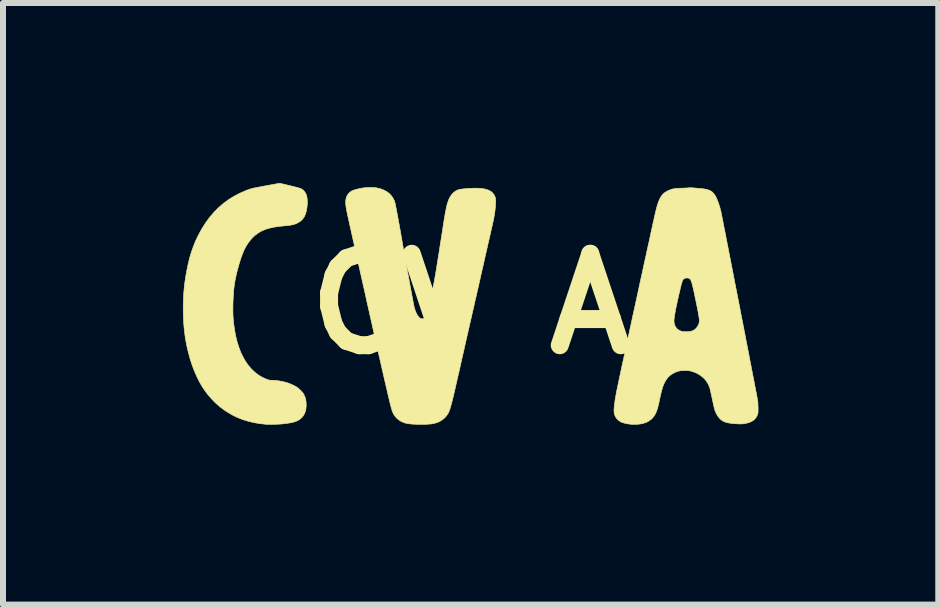
<source format=kicad_pcb>
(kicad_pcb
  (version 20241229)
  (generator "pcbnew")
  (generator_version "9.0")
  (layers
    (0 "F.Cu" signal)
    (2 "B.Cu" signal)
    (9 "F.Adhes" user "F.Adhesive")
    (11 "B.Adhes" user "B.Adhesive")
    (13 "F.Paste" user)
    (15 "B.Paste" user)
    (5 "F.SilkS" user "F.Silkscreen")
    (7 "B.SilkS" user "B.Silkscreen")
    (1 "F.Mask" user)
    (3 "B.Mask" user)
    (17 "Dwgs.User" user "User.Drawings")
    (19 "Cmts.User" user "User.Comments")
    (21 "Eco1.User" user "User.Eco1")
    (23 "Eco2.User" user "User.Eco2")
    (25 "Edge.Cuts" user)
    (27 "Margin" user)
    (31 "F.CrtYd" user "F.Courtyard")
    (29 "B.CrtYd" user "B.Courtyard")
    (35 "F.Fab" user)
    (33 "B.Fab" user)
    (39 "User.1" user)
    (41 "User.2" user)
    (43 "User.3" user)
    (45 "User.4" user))
  (footprint "CV A"
    (layer "F.Cu")
    (at 4.795 2.016)
    (property "Reference" "CV A" (at 0 0 0) (layer "F.SilkS") (effects (font (size 1.524 1.524) (thickness 0.3))))
    (attr through_hole)
    (fp_poly (pts (xy -3.073 -1.985) (xy -3.021 -1.973) (xy -2.977 -1.962) (xy -2.939 -1.953) (xy -2.907 -1.945) (xy -2.881 -1.938) (xy -2.86 -1.931) (xy -2.842 -1.926) (xy -2.828 -1.92) (xy -2.817 -1.914) (xy -2.807 -1.909) (xy -2.799 -1.903) (xy -2.791 -1.896) (xy -2.783 -1.888) (xy -2.782 -1.888) (xy -2.76 -1.861) (xy -2.743 -1.83) (xy -2.731 -1.795) (xy -2.724 -1.753) (xy -2.721 -1.705) (xy -2.721 -1.698) (xy -2.723 -1.645) (xy -2.729 -1.595) (xy -2.738 -1.547) (xy -2.751 -1.503) (xy -2.766 -1.464) (xy -2.78 -1.44) (xy -2.808 -1.404) (xy -2.842 -1.374) (xy -2.883 -1.349) (xy -2.93 -1.329) (xy -2.984 -1.315) (xy -2.987 -1.315) (xy -3.001 -1.312) (xy -3.023 -1.309) (xy -3.048 -1.306) (xy -3.077 -1.303) (xy -3.107 -1.3) (xy -3.111 -1.3) (xy -3.179 -1.293) (xy -3.238 -1.285) (xy -3.292 -1.276) (xy -3.34 -1.265) (xy -3.383 -1.254) (xy -3.424 -1.24) (xy -3.462 -1.224) (xy -3.491 -1.211) (xy -3.548 -1.177) (xy -3.601 -1.136) (xy -3.65 -1.088) (xy -3.695 -1.033) (xy -3.736 -0.972) (xy -3.772 -0.905) (xy -3.783 -0.881) (xy -3.802 -0.833) (xy -3.823 -0.777) (xy -3.843 -0.717) (xy -3.862 -0.653) (xy -3.881 -0.586) (xy -3.898 -0.519) (xy -3.913 -0.454) (xy -3.926 -0.39) (xy -3.936 -0.332) (xy -3.937 -0.324) (xy -3.944 -0.27) (xy -3.95 -0.21) (xy -3.955 -0.145) (xy -3.958 -0.078) (xy -3.961 -0.009) (xy -3.962 0.058) (xy -3.962 0.122) (xy -3.961 0.181) (xy -3.959 0.223) (xy -3.948 0.336) (xy -3.933 0.444) (xy -3.913 0.547) (xy -3.889 0.643) (xy -3.859 0.734) (xy -3.826 0.819) (xy -3.787 0.897) (xy -3.745 0.969) (xy -3.698 1.034) (xy -3.647 1.093) (xy -3.592 1.144) (xy -3.533 1.189) (xy -3.47 1.226) (xy -3.403 1.256) (xy -3.394 1.259) (xy -3.374 1.266) (xy -3.358 1.271) (xy -3.343 1.273) (xy -3.326 1.274) (xy -3.307 1.274) (xy -3.245 1.277) (xy -3.182 1.286) (xy -3.118 1.299) (xy -3.055 1.316) (xy -2.996 1.338) (xy -2.941 1.363) (xy -2.896 1.389) (xy -2.874 1.405) (xy -2.851 1.425) (xy -2.828 1.447) (xy -2.808 1.47) (xy -2.791 1.491) (xy -2.784 1.501) (xy -2.763 1.546) (xy -2.748 1.594) (xy -2.741 1.645) (xy -2.74 1.7) (xy -2.74 1.704) (xy -2.745 1.753) (xy -2.755 1.796) (xy -2.77 1.834) (xy -2.79 1.867) (xy -2.816 1.898) (xy -2.817 1.898) (xy -2.837 1.917) (xy -2.858 1.933) (xy -2.882 1.946) (xy -2.91 1.958) (xy -2.941 1.969) (xy -2.978 1.978) (xy -3.02 1.986) (xy -3.07 1.994) (xy -3.124 2) (xy -3.145 2.002) (xy -3.171 2.004) (xy -3.202 2.006) (xy -3.236 2.007) (xy -3.271 2.008) (xy -3.305 2.009) (xy -3.338 2.009) (xy -3.367 2.009) (xy -3.391 2.009) (xy -3.406 2.008) (xy -3.513 1.997) (xy -3.615 1.979) (xy -3.711 1.956) (xy -3.804 1.927) (xy -3.892 1.892) (xy -3.977 1.85) (xy -4.06 1.801) (xy -4.089 1.782) (xy -4.168 1.724) (xy -4.244 1.659) (xy -4.315 1.587) (xy -4.382 1.509) (xy -4.41 1.473) (xy -4.463 1.397) (xy -4.513 1.313) (xy -4.559 1.222) (xy -4.602 1.126) (xy -4.641 1.023) (xy -4.676 0.916) (xy -4.706 0.805) (xy -4.733 0.689) (xy -4.745 0.624) (xy -4.76 0.534) (xy -4.771 0.443) (xy -4.78 0.352) (xy -4.786 0.257) (xy -4.789 0.158) (xy -4.79 0.083) (xy -4.789 -0.009) (xy -4.786 -0.094) (xy -4.782 -0.175) (xy -4.775 -0.254) (xy -4.767 -0.332) (xy -4.755 -0.413) (xy -4.752 -0.434) (xy -4.732 -0.551) (xy -4.709 -0.66) (xy -4.684 -0.764) (xy -4.655 -0.861) (xy -4.622 -0.954) (xy -4.586 -1.044) (xy -4.546 -1.13) (xy -4.538 -1.145) (xy -4.48 -1.251) (xy -4.418 -1.349) (xy -4.352 -1.44) (xy -4.28 -1.524) (xy -4.204 -1.602) (xy -4.123 -1.672) (xy -4.037 -1.736) (xy -3.946 -1.793) (xy -3.85 -1.843) (xy -3.749 -1.887) (xy -3.697 -1.907) (xy -3.685 -1.911) (xy -3.675 -1.914) (xy -3.664 -1.918) (xy -3.653 -1.921) (xy -3.64 -1.924) (xy -3.625 -1.928) (xy -3.608 -1.932) (xy -3.587 -1.936) (xy -3.561 -1.941) (xy -3.532 -1.946) (xy -3.496 -1.953) (xy -3.455 -1.961) (xy -3.406 -1.97) (xy -3.35 -1.98) (xy -3.344 -1.981) (xy -3.181 -2.011) (xy -3.073 -1.985)) (stroke (width 0.01) (type solid)) (fill yes) (layer "F.SilkS"))
    (fp_poly (pts (xy -1.648 -1.94) (xy -1.612 -1.939) (xy -1.581 -1.936) (xy -1.563 -1.933) (xy -1.503 -1.919) (xy -1.448 -1.898) (xy -1.4 -1.873) (xy -1.358 -1.842) (xy -1.322 -1.805) (xy -1.293 -1.764) (xy -1.27 -1.717) (xy -1.259 -1.683) (xy -1.257 -1.673) (xy -1.253 -1.656) (xy -1.248 -1.633) (xy -1.243 -1.603) (xy -1.236 -1.569) (xy -1.229 -1.531) (xy -1.221 -1.49) (xy -1.213 -1.446) (xy -1.205 -1.401) (xy -1.197 -1.356) (xy -1.188 -1.311) (xy -1.181 -1.267) (xy -1.173 -1.226) (xy -1.166 -1.187) (xy -1.16 -1.152) (xy -1.16 -1.149) (xy -1.154 -1.115) (xy -1.147 -1.074) (xy -1.139 -1.028) (xy -1.13 -0.977) (xy -1.12 -0.923) (xy -1.11 -0.865) (xy -1.099 -0.804) (xy -1.087 -0.741) (xy -1.076 -0.677) (xy -1.064 -0.611) (xy -1.052 -0.546) (xy -1.04 -0.481) (xy -1.028 -0.416) (xy -1.017 -0.354) (xy -1.006 -0.293) (xy -0.995 -0.236) (xy -0.985 -0.182) (xy -0.976 -0.132) (xy -0.967 -0.087) (xy -0.96 -0.047) (xy -0.953 -0.013) (xy -0.948 0.014) (xy -0.944 0.034) (xy -0.942 0.044) (xy -0.93 0.089) (xy -0.915 0.131) (xy -0.898 0.167) (xy -0.88 0.198) (xy -0.86 0.223) (xy -0.839 0.24) (xy -0.839 0.24) (xy -0.822 0.247) (xy -0.804 0.25) (xy -0.787 0.248) (xy -0.776 0.243) (xy -0.768 0.236) (xy -0.759 0.225) (xy -0.758 0.223) (xy -0.753 0.213) (xy -0.747 0.195) (xy -0.739 0.172) (xy -0.73 0.142) (xy -0.72 0.108) (xy -0.71 0.07) (xy -0.698 0.029) (xy -0.687 -0.014) (xy -0.676 -0.058) (xy -0.664 -0.102) (xy -0.654 -0.145) (xy -0.644 -0.187) (xy -0.635 -0.227) (xy -0.631 -0.244) (xy -0.626 -0.269) (xy -0.621 -0.295) (xy -0.615 -0.322) (xy -0.61 -0.35) (xy -0.604 -0.38) (xy -0.598 -0.413) (xy -0.592 -0.448) (xy -0.585 -0.487) (xy -0.578 -0.53) (xy -0.57 -0.576) (xy -0.562 -0.628) (xy -0.553 -0.684) (xy -0.543 -0.746) (xy -0.532 -0.814) (xy -0.52 -0.888) (xy -0.508 -0.969) (xy -0.494 -1.057) (xy -0.479 -1.153) (xy -0.472 -1.197) (xy -0.461 -1.266) (xy -0.452 -1.328) (xy -0.443 -1.383) (xy -0.435 -1.431) (xy -0.428 -1.473) (xy -0.422 -1.51) (xy -0.416 -1.542) (xy -0.41 -1.57) (xy -0.405 -1.595) (xy -0.401 -1.617) (xy -0.396 -1.636) (xy -0.391 -1.655) (xy -0.386 -1.672) (xy -0.385 -1.677) (xy -0.366 -1.732) (xy -0.343 -1.78) (xy -0.316 -1.82) (xy -0.286 -1.853) (xy -0.252 -1.879) (xy -0.238 -1.887) (xy -0.221 -1.896) (xy -0.203 -1.902) (xy -0.182 -1.908) (xy -0.159 -1.912) (xy -0.129 -1.916) (xy -0.094 -1.919) (xy -0.091 -1.92) (xy -0.021 -1.925) (xy 0.041 -1.928) (xy 0.096 -1.928) (xy 0.146 -1.927) (xy 0.189 -1.923) (xy 0.228 -1.917) (xy 0.263 -1.908) (xy 0.295 -1.897) (xy 0.313 -1.889) (xy 0.347 -1.869) (xy 0.375 -1.842) (xy 0.397 -1.811) (xy 0.412 -1.775) (xy 0.415 -1.765) (xy 0.418 -1.743) (xy 0.419 -1.714) (xy 0.418 -1.679) (xy 0.416 -1.639) (xy 0.412 -1.596) (xy 0.407 -1.549) (xy 0.4 -1.501) (xy 0.392 -1.452) (xy 0.383 -1.403) (xy 0.379 -1.387) (xy 0.377 -1.379) (xy 0.374 -1.363) (xy 0.368 -1.34) (xy 0.362 -1.309) (xy 0.353 -1.272) (xy 0.343 -1.227) (xy 0.332 -1.177) (xy 0.319 -1.12) (xy 0.305 -1.058) (xy 0.289 -0.991) (xy 0.273 -0.919) (xy 0.255 -0.842) (xy 0.237 -0.761) (xy 0.218 -0.675) (xy 0.197 -0.586) (xy 0.176 -0.494) (xy 0.155 -0.399) (xy 0.133 -0.301) (xy 0.11 -0.201) (xy 0.087 -0.099) (xy 0.078 -0.064) (xy 0.055 0.041) (xy 0.031 0.144) (xy 0.008 0.246) (xy -0.015 0.346) (xy -0.037 0.443) (xy -0.059 0.539) (xy -0.08 0.631) (xy -0.1 0.72) (xy -0.119 0.805) (xy -0.138 0.886) (xy -0.155 0.962) (xy -0.171 1.034) (xy -0.186 1.101) (xy -0.2 1.162) (xy -0.213 1.217) (xy -0.224 1.265) (xy -0.233 1.307) (xy -0.241 1.342) (xy -0.248 1.369) (xy -0.252 1.389) (xy -0.252 1.391) (xy -0.268 1.461) (xy -0.283 1.523) (xy -0.296 1.578) (xy -0.308 1.626) (xy -0.319 1.668) (xy -0.329 1.704) (xy -0.338 1.736) (xy -0.347 1.762) (xy -0.355 1.785) (xy -0.363 1.804) (xy -0.371 1.82) (xy -0.375 1.828) (xy -0.405 1.871) (xy -0.441 1.909) (xy -0.482 1.941) (xy -0.528 1.967) (xy -0.566 1.981) (xy -0.595 1.99) (xy -0.626 1.996) (xy -0.659 2.002) (xy -0.696 2.005) (xy -0.737 2.008) (xy -0.784 2.009) (xy -0.837 2.009) (xy -0.897 2.008) (xy -0.921 2.007) (xy -0.964 2.005) (xy -1 2.002) (xy -1.031 1.999) (xy -1.058 1.994) (xy -1.083 1.989) (xy -1.107 1.981) (xy -1.115 1.978) (xy -1.161 1.958) (xy -1.203 1.93) (xy -1.24 1.897) (xy -1.27 1.858) (xy -1.287 1.829) (xy -1.291 1.821) (xy -1.295 1.813) (xy -1.298 1.805) (xy -1.302 1.795) (xy -1.306 1.785) (xy -1.31 1.773) (xy -1.314 1.759) (xy -1.319 1.743) (xy -1.324 1.723) (xy -1.33 1.701) (xy -1.337 1.675) (xy -1.344 1.645) (xy -1.352 1.611) (xy -1.362 1.572) (xy -1.372 1.528) (xy -1.384 1.479) (xy -1.396 1.423) (xy -1.411 1.362) (xy -1.427 1.293) (xy -1.444 1.218) (xy -1.463 1.135) (xy -1.484 1.045) (xy -1.486 1.033) (xy -1.494 0.999) (xy -1.503 0.959) (xy -1.514 0.912) (xy -1.526 0.86) (xy -1.539 0.802) (xy -1.553 0.74) (xy -1.568 0.672) (xy -1.584 0.601) (xy -1.601 0.526) (xy -1.619 0.447) (xy -1.637 0.365) (xy -1.656 0.281) (xy -1.676 0.194) (xy -1.695 0.106) (xy -1.716 0.016) (xy -1.736 -0.075) (xy -1.756 -0.167) (xy -1.777 -0.259) (xy -1.798 -0.351) (xy -1.818 -0.442) (xy -1.838 -0.532) (xy -1.858 -0.621) (xy -1.878 -0.709) (xy -1.897 -0.794) (xy -1.915 -0.877) (xy -1.933 -0.957) (xy -1.95 -1.034) (xy -1.967 -1.107) (xy -1.982 -1.176) (xy -1.996 -1.24) (xy -2.01 -1.3) (xy -2.022 -1.354) (xy -2.032 -1.403) (xy -2.042 -1.446) (xy -2.05 -1.483) (xy -2.056 -1.512) (xy -2.061 -1.535) (xy -2.064 -1.55) (xy -2.066 -1.555) (xy -2.074 -1.606) (xy -2.08 -1.652) (xy -2.082 -1.693) (xy -2.081 -1.726) (xy -2.079 -1.736) (xy -2.07 -1.778) (xy -2.053 -1.813) (xy -2.03 -1.844) (xy -2.001 -1.869) (xy -1.981 -1.882) (xy -1.96 -1.891) (xy -1.932 -1.901) (xy -1.899 -1.91) (xy -1.863 -1.919) (xy -1.825 -1.927) (xy -1.792 -1.933) (xy -1.761 -1.936) (xy -1.725 -1.939) (xy -1.687 -1.94) (xy -1.648 -1.94)) (stroke (width 0.01) (type solid)) (fill yes) (layer "F.SilkS"))
    (fp_poly (pts (xy 3.668 -1.936) (xy 3.69 -1.935) (xy 3.718 -1.933) (xy 3.754 -1.93) (xy 3.797 -1.926) (xy 3.846 -1.922) (xy 3.895 -1.916) (xy 3.937 -1.908) (xy 3.973 -1.897) (xy 4.003 -1.883) (xy 4.029 -1.865) (xy 4.052 -1.842) (xy 4.073 -1.814) (xy 4.092 -1.781) (xy 4.096 -1.773) (xy 4.11 -1.741) (xy 4.125 -1.703) (xy 4.139 -1.662) (xy 4.153 -1.619) (xy 4.165 -1.577) (xy 4.172 -1.552) (xy 4.173 -1.543) (xy 4.177 -1.528) (xy 4.181 -1.504) (xy 4.187 -1.473) (xy 4.195 -1.436) (xy 4.204 -1.392) (xy 4.213 -1.342) (xy 4.224 -1.286) (xy 4.237 -1.224) (xy 4.25 -1.158) (xy 4.263 -1.087) (xy 4.278 -1.011) (xy 4.294 -0.932) (xy 4.31 -0.848) (xy 4.327 -0.762) (xy 4.344 -0.673) (xy 4.362 -0.581) (xy 4.381 -0.486) (xy 4.399 -0.39) (xy 4.418 -0.293) (xy 4.438 -0.194) (xy 4.457 -0.094) (xy 4.477 0.006) (xy 4.496 0.106) (xy 4.515 0.206) (xy 4.535 0.305) (xy 4.554 0.403) (xy 4.573 0.5) (xy 4.591 0.595) (xy 4.609 0.689) (xy 4.627 0.78) (xy 4.644 0.868) (xy 4.66 0.953) (xy 4.676 1.034) (xy 4.691 1.112) (xy 4.705 1.185) (xy 4.719 1.254) (xy 4.731 1.319) (xy 4.742 1.377) (xy 4.753 1.431) (xy 4.762 1.478) (xy 4.77 1.519) (xy 4.776 1.554) (xy 4.781 1.581) (xy 4.785 1.601) (xy 4.787 1.613) (xy 4.788 1.617) (xy 4.79 1.633) (xy 4.791 1.656) (xy 4.792 1.682) (xy 4.793 1.711) (xy 4.794 1.736) (xy 4.794 1.766) (xy 4.793 1.79) (xy 4.793 1.808) (xy 4.791 1.822) (xy 4.789 1.833) (xy 4.787 1.84) (xy 4.771 1.877) (xy 4.749 1.91) (xy 4.721 1.938) (xy 4.686 1.96) (xy 4.644 1.978) (xy 4.596 1.991) (xy 4.553 1.999) (xy 4.523 2.001) (xy 4.486 2.002) (xy 4.446 2) (xy 4.403 1.998) (xy 4.361 1.994) (xy 4.321 1.988) (xy 4.285 1.982) (xy 4.258 1.975) (xy 4.217 1.959) (xy 4.18 1.935) (xy 4.147 1.903) (xy 4.117 1.865) (xy 4.093 1.819) (xy 4.085 1.802) (xy 4.08 1.79) (xy 4.076 1.779) (xy 4.072 1.767) (xy 4.068 1.754) (xy 4.064 1.738) (xy 4.059 1.719) (xy 4.054 1.697) (xy 4.048 1.669) (xy 4.041 1.636) (xy 4.032 1.595) (xy 4.024 1.556) (xy 4.016 1.522) (xy 4.009 1.489) (xy 4.002 1.458) (xy 3.996 1.432) (xy 3.991 1.41) (xy 3.986 1.395) (xy 3.985 1.392) (xy 3.964 1.34) (xy 3.935 1.293) (xy 3.9 1.249) (xy 3.858 1.211) (xy 3.811 1.178) (xy 3.759 1.15) (xy 3.703 1.129) (xy 3.668 1.119) (xy 3.642 1.115) (xy 3.61 1.112) (xy 3.576 1.111) (xy 3.541 1.112) (xy 3.508 1.114) (xy 3.48 1.119) (xy 3.47 1.121) (xy 3.43 1.134) (xy 3.391 1.152) (xy 3.354 1.173) (xy 3.322 1.196) (xy 3.296 1.221) (xy 3.291 1.226) (xy 3.271 1.252) (xy 3.253 1.279) (xy 3.237 1.307) (xy 3.222 1.339) (xy 3.208 1.374) (xy 3.195 1.414) (xy 3.183 1.459) (xy 3.17 1.511) (xy 3.157 1.57) (xy 3.154 1.585) (xy 3.142 1.641) (xy 3.131 1.688) (xy 3.121 1.729) (xy 3.11 1.765) (xy 3.099 1.796) (xy 3.087 1.823) (xy 3.074 1.847) (xy 3.06 1.87) (xy 3.047 1.888) (xy 3.015 1.922) (xy 2.977 1.95) (xy 2.934 1.974) (xy 2.884 1.991) (xy 2.83 2.003) (xy 2.77 2.009) (xy 2.706 2.009) (xy 2.661 2.006) (xy 2.626 2.001) (xy 2.592 1.995) (xy 2.559 1.987) (xy 2.531 1.978) (xy 2.508 1.969) (xy 2.505 1.968) (xy 2.469 1.944) (xy 2.439 1.915) (xy 2.416 1.882) (xy 2.401 1.846) (xy 2.393 1.805) (xy 2.392 1.783) (xy 2.393 1.75) (xy 2.396 1.71) (xy 2.402 1.663) (xy 2.409 1.609) (xy 2.419 1.55) (xy 2.43 1.487) (xy 2.434 1.463) (xy 2.437 1.449) (xy 2.442 1.427) (xy 2.448 1.398) (xy 2.456 1.361) (xy 2.465 1.318) (xy 2.475 1.269) (xy 2.487 1.213) (xy 2.5 1.152) (xy 2.514 1.086) (xy 2.529 1.016) (xy 2.546 0.941) (xy 2.563 0.861) (xy 2.581 0.779) (xy 2.599 0.693) (xy 2.618 0.604) (xy 2.638 0.513) (xy 2.658 0.42) (xy 2.679 0.325) (xy 2.686 0.291) (xy 3.392 0.291) (xy 3.393 0.306) (xy 3.394 0.315) (xy 3.403 0.353) (xy 3.42 0.387) (xy 3.442 0.415) (xy 3.471 0.437) (xy 3.506 0.454) (xy 3.523 0.459) (xy 3.542 0.462) (xy 3.566 0.464) (xy 3.594 0.465) (xy 3.622 0.464) (xy 3.648 0.462) (xy 3.667 0.459) (xy 3.705 0.448) (xy 3.737 0.43) (xy 3.764 0.406) (xy 3.786 0.375) (xy 3.804 0.338) (xy 3.806 0.331) (xy 3.81 0.32) (xy 3.812 0.31) (xy 3.814 0.299) (xy 3.815 0.286) (xy 3.814 0.271) (xy 3.813 0.253) (xy 3.81 0.232) (xy 3.806 0.207) (xy 3.801 0.176) (xy 3.795 0.141) (xy 3.787 0.098) (xy 3.777 0.049) (xy 3.768 0.004) (xy 3.754 -0.065) (xy 3.741 -0.126) (xy 3.73 -0.179) (xy 3.72 -0.226) (xy 3.711 -0.266) (xy 3.703 -0.3) (xy 3.696 -0.328) (xy 3.689 -0.351) (xy 3.684 -0.369) (xy 3.679 -0.383) (xy 3.676 -0.388) (xy 3.663 -0.409) (xy 3.647 -0.424) (xy 3.626 -0.431) (xy 3.607 -0.432) (xy 3.58 -0.429) (xy 3.559 -0.42) (xy 3.542 -0.404) (xy 3.537 -0.397) (xy 3.533 -0.386) (xy 3.527 -0.368) (xy 3.52 -0.344) (xy 3.511 -0.314) (xy 3.502 -0.278) (xy 3.493 -0.239) (xy 3.483 -0.196) (xy 3.472 -0.151) (xy 3.462 -0.105) (xy 3.451 -0.057) (xy 3.441 -0.01) (xy 3.431 0.036) (xy 3.422 0.08) (xy 3.414 0.122) (xy 3.407 0.161) (xy 3.402 0.194) (xy 3.397 0.223) (xy 3.397 0.228) (xy 3.393 0.254) (xy 3.392 0.274) (xy 3.392 0.291) (xy 2.686 0.291) (xy 2.699 0.229) (xy 2.72 0.133) (xy 2.742 0.035) (xy 2.763 -0.062) (xy 2.784 -0.159) (xy 2.805 -0.255) (xy 2.825 -0.35) (xy 2.846 -0.444) (xy 2.866 -0.535) (xy 2.885 -0.625) (xy 2.904 -0.712) (xy 2.923 -0.795) (xy 2.94 -0.875) (xy 2.957 -0.952) (xy 2.963 -0.98) (xy 2.975 -1.031) (xy 2.987 -1.086) (xy 2.999 -1.144) (xy 3.012 -1.202) (xy 3.024 -1.258) (xy 3.036 -1.312) (xy 3.046 -1.361) (xy 3.055 -1.399) (xy 3.069 -1.463) (xy 3.082 -1.519) (xy 3.094 -1.569) (xy 3.105 -1.612) (xy 3.116 -1.65) (xy 3.127 -1.683) (xy 3.138 -1.712) (xy 3.149 -1.738) (xy 3.161 -1.762) (xy 3.173 -1.783) (xy 3.184 -1.799) (xy 3.211 -1.833) (xy 3.246 -1.861) (xy 3.287 -1.885) (xy 3.335 -1.904) (xy 3.336 -1.905) (xy 3.358 -1.912) (xy 3.381 -1.917) (xy 3.404 -1.921) (xy 3.429 -1.924) (xy 3.459 -1.927) (xy 3.495 -1.928) (xy 3.533 -1.929) (xy 3.561 -1.93) (xy 3.587 -1.931) (xy 3.609 -1.932) (xy 3.626 -1.933) (xy 3.636 -1.934) (xy 3.639 -1.935) (xy 3.643 -1.936) (xy 3.653 -1.936) (xy 3.668 -1.936)) (stroke (width 0.01) (type solid)) (fill yes) (layer "F.SilkS")))
  (gr_rect
    (start -3 -3)
    (end 12.593 7.03)
    (stroke (width 0.1) (type default))
    (fill no)
    (layer "Edge.Cuts")))
</source>
